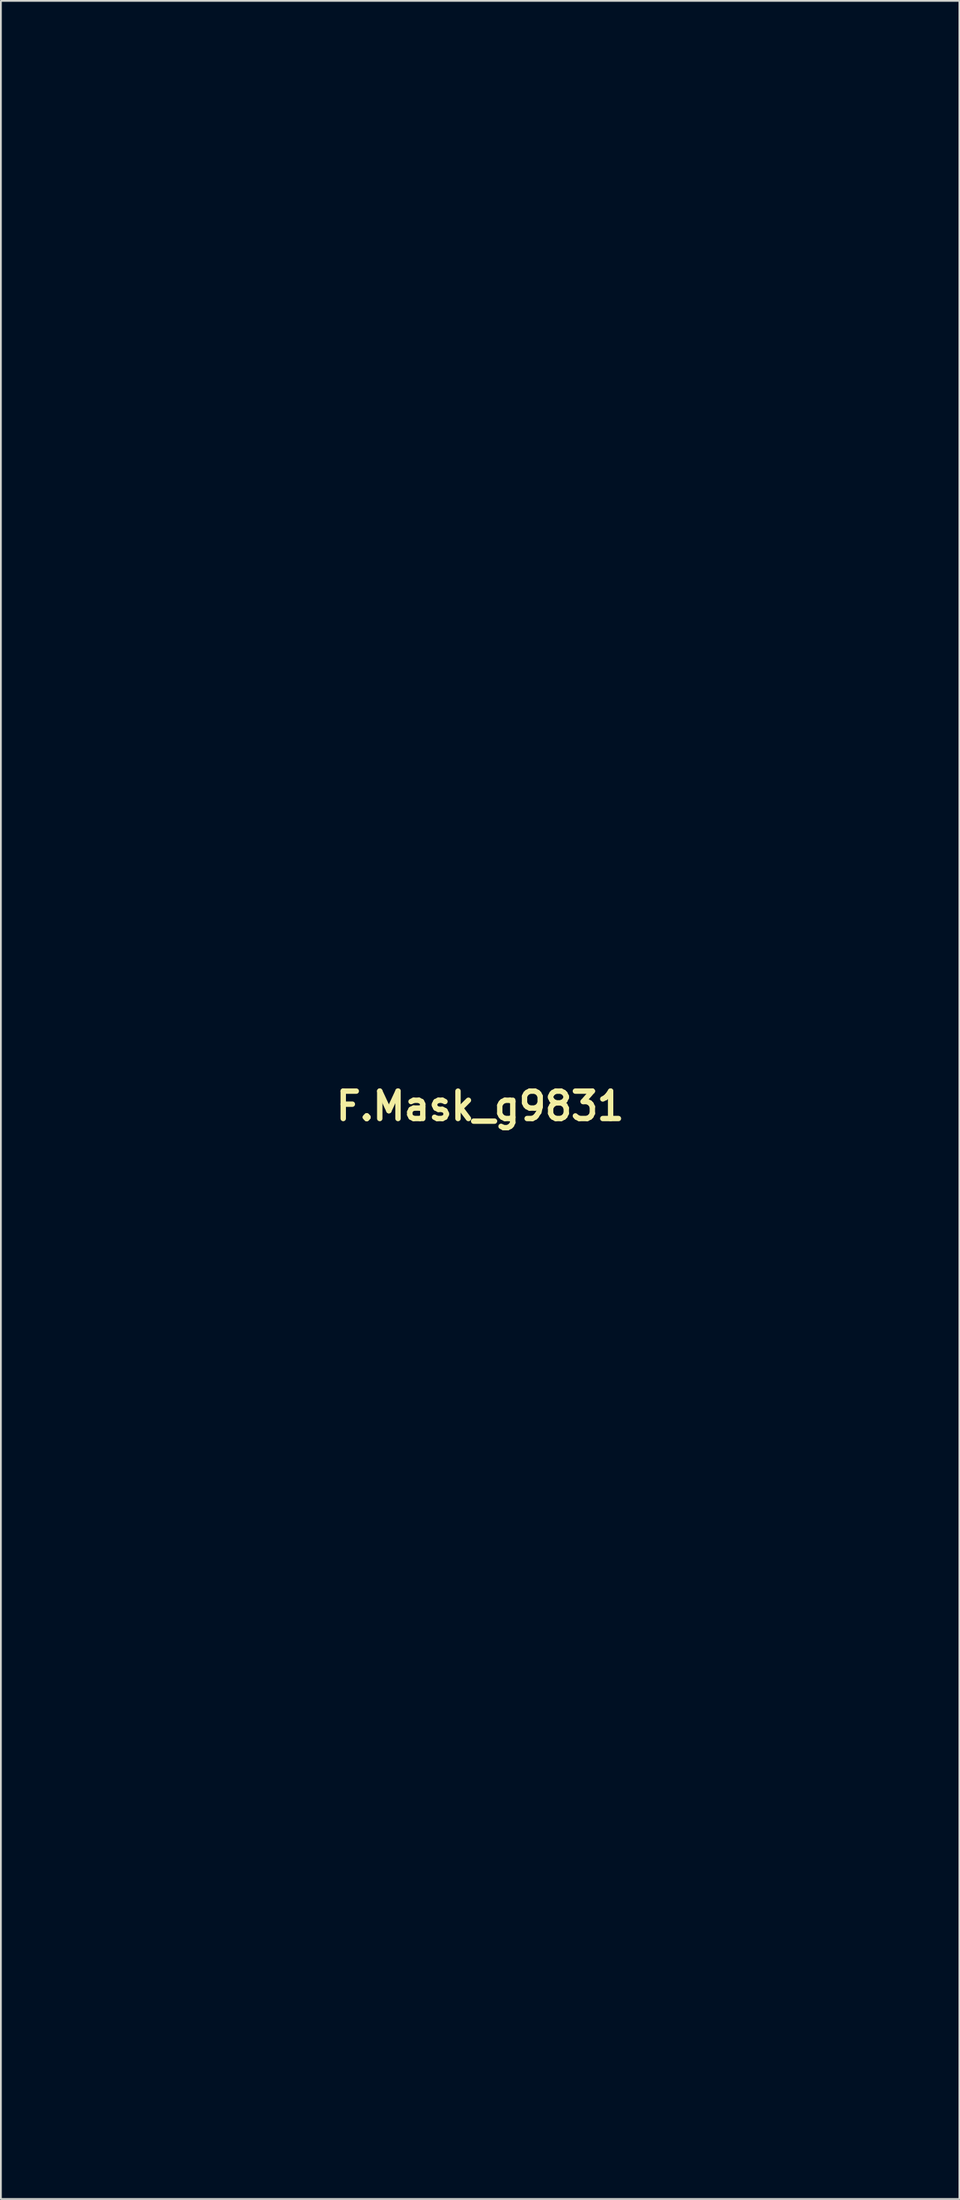
<source format=kicad_pcb>
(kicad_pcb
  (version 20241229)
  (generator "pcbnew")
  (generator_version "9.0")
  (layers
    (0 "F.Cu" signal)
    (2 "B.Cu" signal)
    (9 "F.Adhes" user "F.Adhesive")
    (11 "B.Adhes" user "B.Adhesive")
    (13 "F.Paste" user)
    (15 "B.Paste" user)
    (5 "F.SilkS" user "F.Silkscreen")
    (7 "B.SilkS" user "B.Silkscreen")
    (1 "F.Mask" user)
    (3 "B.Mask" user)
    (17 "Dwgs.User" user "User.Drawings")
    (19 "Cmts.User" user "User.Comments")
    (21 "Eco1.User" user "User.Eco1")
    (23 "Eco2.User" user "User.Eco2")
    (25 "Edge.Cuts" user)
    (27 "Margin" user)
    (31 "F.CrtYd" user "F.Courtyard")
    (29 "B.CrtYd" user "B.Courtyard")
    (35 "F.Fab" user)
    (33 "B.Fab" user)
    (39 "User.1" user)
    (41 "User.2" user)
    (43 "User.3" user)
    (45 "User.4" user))
  (footprint "F.Mask_g9831"
    (layer "F.Cu")
    (at 23.668 58.436)
    (property "Reference" "F.Mask_g9831" (at 0 0 0) (layer "F.SilkS") (effects (font (size 1.524 1.524) (thickness 0.3))))
    (attr through_hole)
    (fp_poly (pts (xy 17.06 54.61) (xy 16.552 54.61) (xy 16.552 51.985) (xy 17.06 51.985) (xy 17.06 54.61)) (stroke (width 0.01) (type solid)) (fill yes) (layer "F.Mask"))
    (fp_poly (pts (xy -12.023 -42.46) (xy -10.372 -42.46) (xy -10.372 -41.868) (xy -13.123 -41.868) (xy -13.123 -44.662) (xy -12.023 -44.662) (xy -12.023 -42.46)) (stroke (width 0.01) (type solid)) (fill yes) (layer "F.Mask"))
    (fp_poly (pts (xy 16.552 51.981) (xy 16.288 51.994) (xy 16.023 52.007) (xy 16.001 54.61) (xy 15.494 54.61) (xy 15.494 51.477) (xy 16.552 51.477) (xy 16.552 51.981)) (stroke (width 0.01) (type solid)) (fill yes) (layer "F.Mask"))
    (fp_poly (pts (xy 18.119 57.235) (xy 18.669 57.235) (xy 18.669 55.626) (xy 19.177 55.626) (xy 19.177 57.743) (xy 17.611 57.743) (xy 17.611 55.626) (xy 18.119 55.626) (xy 18.119 57.235)) (stroke (width 0.01) (type solid)) (fill yes) (layer "F.Mask"))
    (fp_poly (pts (xy 11.345 -43.561) (xy 11.896 -43.561) (xy 11.896 -44.662) (xy 12.996 -44.662) (xy 12.996 -41.868) (xy 11.896 -41.868) (xy 11.896 -43.011) (xy 11.345 -43.011) (xy 11.345 -41.868) (xy 10.245 -41.868) (xy 10.245 -44.662) (xy 11.345 -44.662) (xy 11.345 -43.561)) (stroke (width 0.01) (type solid)) (fill yes) (layer "F.Mask"))
    (fp_poly (pts (xy -5.63 -44.537) (xy -5.619 -44.45) (xy -5.569 -44.412) (xy -5.493 -44.4) (xy -5.355 -44.386) (xy -5.355 -41.889) (xy -6.456 -41.889) (xy -6.467 -43) (xy -6.478 -44.111) (xy -7.027 -44.111) (xy -7.027 -41.868) (xy -8.128 -41.868) (xy -8.128 -44.662) (xy -5.63 -44.662) (xy -5.63 -44.537)) (stroke (width 0.01) (type solid)) (fill yes) (layer "F.Mask"))
    (fp_poly (pts (xy 19.177 51.985) (xy 18.115 51.985) (xy 18.127 52.25) (xy 18.14 52.514) (xy 18.404 52.527) (xy 18.669 52.54) (xy 18.669 53.044) (xy 18.119 53.044) (xy 18.119 54.102) (xy 19.177 54.102) (xy 19.177 54.61) (xy 17.611 54.61) (xy 17.611 51.477) (xy 19.177 51.477) (xy 19.177 51.985)) (stroke (width 0.01) (type solid)) (fill yes) (layer "F.Mask"))
    (fp_poly (pts (xy 20.786 55.626) (xy 21.294 55.626) (xy 21.294 56.176) (xy 20.786 56.176) (xy 20.786 57.235) (xy 21.294 57.235) (xy 21.294 57.743) (xy 20.235 57.743) (xy 20.235 56.176) (xy 19.727 56.176) (xy 19.727 55.626) (xy 20.235 55.626) (xy 20.235 55.118) (xy 20.786 55.118) (xy 20.786 55.626)) (stroke (width 0.01) (type solid)) (fill yes) (layer "F.Mask"))
    (fp_poly (pts (xy 21.294 51.985) (xy 21.294 54.102) (xy 20.786 54.102) (xy 20.786 54.61) (xy 20.235 54.61) (xy 20.235 54.102) (xy 19.727 54.102) (xy 19.727 51.985) (xy 20.235 51.985) (xy 20.235 54.102) (xy 20.786 54.102) (xy 20.786 51.985) (xy 20.235 51.985) (xy 20.235 51.477) (xy 20.786 51.477) (xy 20.786 51.985) (xy 21.294 51.985)) (stroke (width 0.01) (type solid)) (fill yes) (layer "F.Mask"))
    (fp_poly (pts (xy -8.688 -43.275) (xy -8.7 -41.889) (xy -9.231 -41.877) (xy -9.435 -41.875) (xy -9.608 -41.877) (xy -9.732 -41.884) (xy -9.79 -41.894) (xy -9.792 -41.895) (xy -9.799 -41.943) (xy -9.806 -42.065) (xy -9.811 -42.252) (xy -9.816 -42.492) (xy -9.819 -42.776) (xy -9.821 -43.094) (xy -9.821 -43.293) (xy -9.821 -44.662) (xy -8.677 -44.662) (xy -8.688 -43.275)) (stroke (width 0.01) (type solid)) (fill yes) (layer "F.Mask"))
    (fp_poly (pts (xy 14.69 -42.46) (xy 15.24 -42.46) (xy 15.24 -44.662) (xy 16.341 -44.662) (xy 16.341 -42.164) (xy 16.216 -42.164) (xy 16.129 -42.153) (xy 16.091 -42.102) (xy 16.079 -42.026) (xy 16.066 -41.889) (xy 13.843 -41.866) (xy 13.843 -42.015) (xy 13.836 -42.115) (xy 13.8 -42.156) (xy 13.716 -42.164) (xy 13.589 -42.164) (xy 13.589 -44.662) (xy 14.69 -44.662) (xy 14.69 -42.46)) (stroke (width 0.01) (type solid)) (fill yes) (layer "F.Mask"))
    (fp_poly (pts (xy 1.177 -58.198) (xy 1.164 -58.018) (xy 0.734 -57.997) (xy 0.549 -57.984) (xy 0.397 -57.969) (xy 0.297 -57.951) (xy 0.268 -57.94) (xy 0.257 -57.89) (xy 0.246 -57.767) (xy 0.236 -57.583) (xy 0.226 -57.35) (xy 0.217 -57.08) (xy 0.212 -56.861) (xy 0.191 -55.816) (xy -0.562 -55.792) (xy -0.529 -57.975) (xy -1.027 -57.987) (xy -1.524 -57.999) (xy -1.524 -58.378) (xy 1.19 -58.378) (xy 1.177 -58.198)) (stroke (width 0.01) (type solid)) (fill yes) (layer "F.Mask"))
    (fp_poly (pts (xy 17.06 56.176) (xy 17.06 57.235) (xy 16.552 57.235) (xy 16.552 57.743) (xy 16.002 57.743) (xy 16.002 57.235) (xy 15.494 57.235) (xy 15.494 56.176) (xy 15.998 56.176) (xy 16.002 56.176) (xy 16.002 57.235) (xy 16.552 57.235) (xy 16.552 56.176) (xy 16.002 56.176) (xy 15.998 56.176) (xy 16.011 55.912) (xy 16.023 55.647) (xy 16.288 55.635) (xy 16.552 55.622) (xy 16.552 56.176) (xy 17.06 56.176)) (stroke (width 0.01) (type solid)) (fill yes) (layer "F.Mask"))
    (fp_poly (pts (xy 18.034 -42.46) (xy 19.685 -42.46) (xy 19.685 -41.868) (xy 18.316 -41.868) (xy 17.984 -41.869) (xy 17.679 -41.871) (xy 17.412 -41.875) (xy 17.192 -41.879) (xy 17.031 -41.885) (xy 16.938 -41.892) (xy 16.919 -41.896) (xy 16.912 -41.944) (xy 16.906 -42.066) (xy 16.901 -42.252) (xy 16.896 -42.492) (xy 16.893 -42.776) (xy 16.891 -43.094) (xy 16.891 -43.293) (xy 16.891 -44.662) (xy 18.034 -44.662) (xy 18.034 -42.46)) (stroke (width 0.01) (type solid)) (fill yes) (layer "F.Mask"))
    (fp_poly (pts (xy 23.029 -44.111) (xy 21.378 -44.111) (xy 21.378 -43.561) (xy 22.183 -43.561) (xy 22.183 -43.011) (xy 21.378 -43.011) (xy 21.378 -42.46) (xy 23.029 -42.46) (xy 23.029 -41.868) (xy 20.532 -41.868) (xy 20.532 -42.016) (xy 20.525 -42.115) (xy 20.488 -42.156) (xy 20.395 -42.164) (xy 20.383 -42.164) (xy 20.234 -42.164) (xy 20.256 -44.386) (xy 20.394 -44.4) (xy 20.49 -44.419) (xy 20.527 -44.468) (xy 20.532 -44.537) (xy 20.532 -44.662) (xy 23.029 -44.662) (xy 23.029 -44.111)) (stroke (width 0.01) (type solid)) (fill yes) (layer "F.Mask"))
    (fp_poly (pts (xy -13.97 -44.535) (xy -13.96 -44.445) (xy -13.91 -44.412) (xy -13.843 -44.408) (xy -13.716 -44.408) (xy -13.716 -43.561) (xy -13.97 -43.561) (xy -13.97 -43.011) (xy -13.716 -43.011) (xy -13.716 -41.868) (xy -14.817 -41.868) (xy -14.817 -43.011) (xy -15.367 -43.011) (xy -15.367 -41.868) (xy -16.468 -41.868) (xy -16.468 -44.111) (xy -15.367 -44.111) (xy -15.367 -43.561) (xy -14.817 -43.561) (xy -14.817 -44.111) (xy -15.367 -44.111) (xy -16.468 -44.111) (xy -16.468 -44.662) (xy -13.97 -44.662) (xy -13.97 -44.535)) (stroke (width 0.01) (type solid)) (fill yes) (layer "F.Mask"))
    (fp_poly (pts (xy 1.058 -44.535) (xy 1.069 -44.445) (xy 1.118 -44.412) (xy 1.185 -44.408) (xy 1.312 -44.408) (xy 1.312 -43.561) (xy 1.058 -43.561) (xy 1.058 -43.011) (xy 1.312 -43.011) (xy 1.312 -41.868) (xy 0.212 -41.868) (xy 0.212 -43.011) (xy -0.339 -43.011) (xy -0.339 -41.868) (xy -1.439 -41.868) (xy -1.439 -44.111) (xy -0.339 -44.111) (xy -0.339 -43.561) (xy 0.212 -43.561) (xy 0.212 -44.111) (xy -0.339 -44.111) (xy -1.439 -44.111) (xy -1.439 -44.662) (xy 1.058 -44.662) (xy 1.058 -44.535)) (stroke (width 0.01) (type solid)) (fill yes) (layer "F.Mask"))
    (fp_poly (pts (xy 9.694 -44.111) (xy 8.001 -44.111) (xy 8.001 -42.462) (xy 8.837 -42.451) (xy 9.673 -42.439) (xy 9.673 -41.889) (xy 8.443 -41.878) (xy 8.128 -41.876) (xy 7.841 -41.876) (xy 7.593 -41.878) (xy 7.394 -41.882) (xy 7.255 -41.887) (xy 7.188 -41.893) (xy 7.183 -41.895) (xy 7.162 -41.955) (xy 7.154 -42.044) (xy 7.143 -42.129) (xy 7.091 -42.161) (xy 7.027 -42.164) (xy 6.9 -42.164) (xy 6.9 -44.408) (xy 7.027 -44.408) (xy 7.117 -44.418) (xy 7.15 -44.468) (xy 7.154 -44.535) (xy 7.154 -44.662) (xy 9.694 -44.662) (xy 9.694 -44.111)) (stroke (width 0.01) (type solid)) (fill yes) (layer "F.Mask"))
    (fp_poly (pts (xy -2.032 -44.111) (xy -3.683 -44.111) (xy -3.683 -43.561) (xy -2.836 -43.561) (xy -2.836 -43.011) (xy -3.683 -43.011) (xy -3.683 -42.46) (xy -2.032 -42.46) (xy -2.032 -41.868) (xy -3.253 -41.868) (xy -3.566 -41.869) (xy -3.851 -41.871) (xy -4.098 -41.875) (xy -4.296 -41.881) (xy -4.432 -41.887) (xy -4.498 -41.894) (xy -4.501 -41.896) (xy -4.522 -41.955) (xy -4.53 -42.044) (xy -4.541 -42.129) (xy -4.593 -42.161) (xy -4.657 -42.164) (xy -4.784 -42.164) (xy -4.784 -44.408) (xy -4.657 -44.408) (xy -4.567 -44.418) (xy -4.534 -44.468) (xy -4.53 -44.535) (xy -4.53 -44.662) (xy -2.032 -44.662) (xy -2.032 -44.111)) (stroke (width 0.01) (type solid)) (fill yes) (layer "F.Mask"))
    (fp_poly (pts (xy -17.018 -44.111) (xy -18.711 -44.111) (xy -18.711 -43.561) (xy -17.865 -43.561) (xy -17.865 -43.011) (xy -18.711 -43.011) (xy -18.711 -42.462) (xy -17.875 -42.451) (xy -17.039 -42.439) (xy -17.039 -41.889) (xy -18.27 -41.878) (xy -18.584 -41.876) (xy -18.871 -41.876) (xy -19.12 -41.878) (xy -19.319 -41.882) (xy -19.457 -41.887) (xy -19.525 -41.893) (xy -19.529 -41.895) (xy -19.55 -41.955) (xy -19.558 -42.044) (xy -19.569 -42.129) (xy -19.621 -42.161) (xy -19.685 -42.164) (xy -19.812 -42.164) (xy -19.812 -44.408) (xy -19.685 -44.408) (xy -19.595 -44.418) (xy -19.562 -44.468) (xy -19.558 -44.535) (xy -19.558 -44.662) (xy -17.018 -44.662) (xy -17.018 -44.111)) (stroke (width 0.01) (type solid)) (fill yes) (layer "F.Mask"))
    (fp_poly (pts (xy -15.507 -58.37) (xy -15.458 -58.369) (xy -15.115 -58.356) (xy -15.522 -57.129) (xy -15.624 -56.821) (xy -15.72 -56.537) (xy -15.806 -56.289) (xy -15.877 -56.087) (xy -15.931 -55.94) (xy -15.964 -55.859) (xy -15.97 -55.848) (xy -16.041 -55.817) (xy -16.189 -55.799) (xy -16.346 -55.795) (xy -16.519 -55.798) (xy -16.622 -55.81) (xy -16.67 -55.832) (xy -16.679 -55.858) (xy -16.666 -55.909) (xy -16.629 -56.028) (xy -16.572 -56.202) (xy -16.499 -56.42) (xy -16.415 -56.669) (xy -16.324 -56.937) (xy -16.229 -57.213) (xy -16.135 -57.485) (xy -16.046 -57.74) (xy -15.966 -57.967) (xy -15.899 -58.154) (xy -15.849 -58.288) (xy -15.821 -58.358) (xy -15.817 -58.365) (xy -15.77 -58.371) (xy -15.66 -58.373) (xy -15.507 -58.37)) (stroke (width 0.01) (type solid)) (fill yes) (layer "F.Mask"))
    (fp_poly (pts (xy 6.35 -44.111) (xy 4.657 -44.111) (xy 4.657 -43.561) (xy 6.054 -43.561) (xy 6.054 -43.413) (xy 6.06 -43.314) (xy 6.097 -43.273) (xy 6.191 -43.265) (xy 6.202 -43.265) (xy 6.35 -43.265) (xy 6.35 -42.164) (xy 6.202 -42.164) (xy 6.103 -42.157) (xy 6.062 -42.12) (xy 6.054 -42.027) (xy 6.054 -42.016) (xy 6.054 -41.868) (xy 3.556 -41.868) (xy 3.556 -42.46) (xy 5.207 -42.46) (xy 5.207 -43.011) (xy 3.81 -43.011) (xy 3.81 -43.138) (xy 3.8 -43.228) (xy 3.75 -43.261) (xy 3.683 -43.265) (xy 3.556 -43.265) (xy 3.556 -44.408) (xy 3.683 -44.408) (xy 3.773 -44.418) (xy 3.806 -44.468) (xy 3.81 -44.535) (xy 3.81 -44.662) (xy 6.35 -44.662) (xy 6.35 -44.111)) (stroke (width 0.01) (type solid)) (fill yes) (layer "F.Mask"))
    (fp_poly (pts (xy -20.659 -44.537) (xy -20.648 -44.45) (xy -20.597 -44.412) (xy -20.521 -44.4) (xy -20.384 -44.386) (xy -20.371 -43.974) (xy -20.359 -43.561) (xy -20.659 -43.561) (xy -20.659 -43.016) (xy -20.521 -43.003) (xy -20.384 -42.989) (xy -20.371 -42.577) (xy -20.359 -42.164) (xy -20.509 -42.164) (xy -20.609 -42.158) (xy -20.65 -42.121) (xy -20.659 -42.03) (xy -20.659 -42.016) (xy -20.659 -41.868) (xy -23.156 -41.868) (xy -23.156 -43.011) (xy -22.056 -43.011) (xy -22.056 -42.46) (xy -21.505 -42.46) (xy -21.505 -43.011) (xy -22.056 -43.011) (xy -23.156 -43.011) (xy -23.156 -44.111) (xy -22.056 -44.111) (xy -22.056 -43.561) (xy -21.505 -43.561) (xy -21.505 -44.111) (xy -22.056 -44.111) (xy -23.156 -44.111) (xy -23.156 -44.662) (xy -20.659 -44.662) (xy -20.659 -44.537)) (stroke (width 0.01) (type solid)) (fill yes) (layer "F.Mask"))
    (fp_poly (pts (xy -5.786 -58.403) (xy -5.627 -58.389) (xy -5.505 -58.376) (xy -5.441 -58.367) (xy -5.436 -58.365) (xy -5.438 -58.323) (xy -5.45 -58.209) (xy -5.469 -58.036) (xy -5.495 -57.818) (xy -5.525 -57.567) (xy -5.557 -57.295) (xy -5.592 -57.015) (xy -5.626 -56.741) (xy -5.658 -56.484) (xy -5.687 -56.257) (xy -5.711 -56.074) (xy -5.729 -55.947) (xy -5.738 -55.891) (xy -5.754 -55.844) (xy -5.788 -55.816) (xy -5.859 -55.801) (xy -5.983 -55.796) (xy -6.118 -55.795) (xy -6.292 -55.797) (xy -6.398 -55.803) (xy -6.453 -55.82) (xy -6.474 -55.851) (xy -6.477 -55.891) (xy -6.471 -55.96) (xy -6.455 -56.099) (xy -6.431 -56.294) (xy -6.401 -56.531) (xy -6.366 -56.795) (xy -6.329 -57.074) (xy -6.291 -57.352) (xy -6.254 -57.616) (xy -6.22 -57.852) (xy -6.191 -58.046) (xy -6.176 -58.14) (xy -6.129 -58.431) (xy -5.786 -58.403)) (stroke (width 0.01) (type solid)) (fill yes) (layer "F.Mask"))
    (fp_poly (pts (xy -11.837 -58.261) (xy -11.866 -58.149) (xy -11.901 -58.074) (xy -11.957 -58.029) (xy -12.051 -58.006) (xy -12.198 -57.998) (xy -12.404 -57.997) (xy -12.867 -57.997) (xy -12.972 -57.647) (xy -13.026 -57.466) (xy -13.093 -57.233) (xy -13.165 -56.98) (xy -13.229 -56.748) (xy -13.292 -56.523) (xy -13.353 -56.309) (xy -13.406 -56.128) (xy -13.444 -56.004) (xy -13.446 -55.996) (xy -13.511 -55.795) (xy -13.868 -55.795) (xy -14.046 -55.798) (xy -14.154 -55.808) (xy -14.209 -55.827) (xy -14.224 -55.859) (xy -14.224 -55.86) (xy -14.212 -55.918) (xy -14.179 -56.044) (xy -14.128 -56.228) (xy -14.062 -56.456) (xy -13.985 -56.718) (xy -13.928 -56.911) (xy -13.845 -57.188) (xy -13.772 -57.438) (xy -13.71 -57.651) (xy -13.664 -57.815) (xy -13.637 -57.918) (xy -13.631 -57.947) (xy -13.662 -57.97) (xy -13.757 -57.986) (xy -13.925 -57.995) (xy -14.118 -57.997) (xy -14.337 -57.998) (xy -14.482 -58.005) (xy -14.566 -58.025) (xy -14.6 -58.064) (xy -14.595 -58.129) (xy -14.565 -58.227) (xy -14.559 -58.244) (xy -14.512 -58.378) (xy -11.809 -58.378) (xy -11.837 -58.261)) (stroke (width 0.01) (type solid)) (fill yes) (layer "F.Mask"))
    (fp_poly (pts (xy 4.567 -57.372) (xy 4.595 -57.07) (xy 4.622 -56.779) (xy 4.646 -56.515) (xy 4.666 -56.294) (xy 4.681 -56.133) (xy 4.685 -56.081) (xy 4.71 -55.795) (xy 3.987 -55.795) (xy 3.964 -55.954) (xy 3.945 -56.092) (xy 3.925 -56.262) (xy 3.916 -56.346) (xy 3.897 -56.513) (xy 3.877 -56.673) (xy 3.868 -56.737) (xy 3.845 -56.896) (xy 2.582 -56.896) (xy 2.582 -55.795) (xy 1.874 -55.795) (xy 1.848 -56.187) (xy 1.838 -56.353) (xy 1.827 -56.583) (xy 1.816 -56.856) (xy 1.804 -57.152) (xy 1.794 -57.451) (xy 1.793 -57.478) (xy 1.779 -57.942) (xy 2.492 -57.942) (xy 2.521 -57.663) (xy 2.539 -57.515) (xy 2.556 -57.403) (xy 2.569 -57.351) (xy 2.62 -57.331) (xy 2.744 -57.322) (xy 2.944 -57.323) (xy 3.224 -57.336) (xy 3.397 -57.347) (xy 3.81 -57.374) (xy 3.81 -57.577) (xy 3.801 -57.724) (xy 3.779 -57.853) (xy 3.769 -57.888) (xy 3.748 -57.936) (xy 3.717 -57.967) (xy 3.66 -57.985) (xy 3.561 -57.994) (xy 3.404 -57.996) (xy 3.271 -57.996) (xy 3.064 -57.994) (xy 2.871 -57.987) (xy 2.719 -57.977) (xy 2.654 -57.969) (xy 2.492 -57.942) (xy 1.779 -57.942) (xy 1.765 -58.378) (xy 4.474 -58.378) (xy 4.567 -57.372)) (stroke (width 0.01) (type solid)) (fill yes) (layer "F.Mask"))
    (fp_poly (pts (xy 6.42 -58.368) (xy 7.768 -58.356) (xy 7.892 -57.669) (xy 7.932 -57.438) (xy 7.964 -57.238) (xy 7.986 -57.082) (xy 7.995 -56.985) (xy 7.994 -56.959) (xy 7.947 -56.952) (xy 7.828 -56.943) (xy 7.648 -56.934) (xy 7.42 -56.924) (xy 7.156 -56.915) (xy 6.986 -56.91) (xy 6 -56.882) (xy 6.026 -56.508) (xy 6.042 -56.314) (xy 6.059 -56.131) (xy 6.076 -55.991) (xy 6.08 -55.964) (xy 6.107 -55.795) (xy 5.744 -55.795) (xy 5.577 -55.799) (xy 5.446 -55.809) (xy 5.37 -55.823) (xy 5.36 -55.83) (xy 5.352 -55.866) (xy 5.338 -55.956) (xy 5.319 -56.105) (xy 5.294 -56.316) (xy 5.262 -56.594) (xy 5.224 -56.942) (xy 5.179 -57.365) (xy 5.126 -57.866) (xy 5.112 -57.997) (xy 5.831 -57.997) (xy 5.861 -57.734) (xy 5.879 -57.58) (xy 5.9 -57.469) (xy 5.939 -57.395) (xy 6.007 -57.351) (xy 6.118 -57.328) (xy 6.285 -57.32) (xy 6.52 -57.319) (xy 6.589 -57.319) (xy 7.206 -57.319) (xy 7.178 -57.563) (xy 7.159 -57.717) (xy 7.138 -57.83) (xy 7.1 -57.907) (xy 7.035 -57.956) (xy 6.929 -57.982) (xy 6.771 -57.994) (xy 6.547 -57.996) (xy 6.376 -57.996) (xy 5.831 -57.997) (xy 5.112 -57.997) (xy 5.097 -58.135) (xy 5.072 -58.379) (xy 6.42 -58.368)) (stroke (width 0.01) (type solid)) (fill yes) (layer "F.Mask"))
    (fp_poly (pts (xy 22.633 -57.901) (xy 22.728 -57.71) (xy 22.85 -57.464) (xy 22.986 -57.184) (xy 23.128 -56.893) (xy 23.264 -56.612) (xy 23.265 -56.61) (xy 23.658 -55.795) (xy 22.248 -55.795) (xy 21.849 -55.796) (xy 21.527 -55.798) (xy 21.275 -55.802) (xy 21.084 -55.808) (xy 20.947 -55.816) (xy 20.858 -55.827) (xy 20.807 -55.841) (xy 20.792 -55.852) (xy 20.765 -55.902) (xy 20.711 -56.018) (xy 20.635 -56.189) (xy 20.542 -56.402) (xy 20.435 -56.646) (xy 20.322 -56.91) (xy 20.206 -57.182) (xy 20.092 -57.45) (xy 19.985 -57.703) (xy 19.928 -57.84) (xy 20.677 -57.84) (xy 20.718 -57.707) (xy 20.798 -57.516) (xy 20.865 -57.361) (xy 21.031 -56.984) (xy 21.169 -56.685) (xy 21.28 -56.464) (xy 21.364 -56.319) (xy 21.421 -56.25) (xy 21.43 -56.245) (xy 21.494 -56.236) (xy 21.62 -56.23) (xy 21.789 -56.228) (xy 21.982 -56.23) (xy 22.179 -56.235) (xy 22.362 -56.242) (xy 22.51 -56.251) (xy 22.605 -56.262) (xy 22.629 -56.269) (xy 22.622 -56.317) (xy 22.582 -56.429) (xy 22.514 -56.595) (xy 22.422 -56.806) (xy 22.312 -57.049) (xy 22.188 -57.314) (xy 22.055 -57.591) (xy 22.001 -57.7) (xy 21.865 -57.975) (xy 21.332 -57.987) (xy 21.062 -57.994) (xy 20.869 -57.992) (xy 20.746 -57.973) (xy 20.684 -57.926) (xy 20.677 -57.84) (xy 19.928 -57.84) (xy 19.891 -57.93) (xy 19.813 -58.118) (xy 19.758 -58.256) (xy 19.73 -58.333) (xy 19.727 -58.344) (xy 19.768 -58.352) (xy 19.883 -58.36) (xy 20.063 -58.366) (xy 20.297 -58.372) (xy 20.575 -58.375) (xy 20.888 -58.377) (xy 21.06 -58.378) (xy 22.394 -58.378) (xy 22.633 -57.901)) (stroke (width 0.01) (type solid)) (fill yes) (layer "F.Mask"))
    (fp_poly (pts (xy 15.455 -58.395) (xy 15.601 -58.387) (xy 15.722 -58.373) (xy 15.789 -58.353) (xy 15.792 -58.35) (xy 15.815 -58.301) (xy 15.862 -58.182) (xy 15.927 -58.002) (xy 16.008 -57.772) (xy 16.102 -57.501) (xy 16.203 -57.201) (xy 16.253 -57.052) (xy 16.673 -55.795) (xy 15.925 -55.795) (xy 15.064 -56.54) (xy 14.785 -56.779) (xy 14.556 -56.969) (xy 14.38 -57.108) (xy 14.26 -57.195) (xy 14.198 -57.226) (xy 14.19 -57.222) (xy 14.197 -57.162) (xy 14.225 -57.036) (xy 14.269 -56.859) (xy 14.327 -56.646) (xy 14.37 -56.494) (xy 14.435 -56.271) (xy 14.49 -56.077) (xy 14.532 -55.927) (xy 14.557 -55.835) (xy 14.563 -55.812) (xy 14.524 -55.801) (xy 14.425 -55.795) (xy 14.288 -55.794) (xy 14.136 -55.798) (xy 13.993 -55.806) (xy 13.882 -55.817) (xy 13.827 -55.83) (xy 13.825 -55.832) (xy 13.807 -55.883) (xy 13.77 -56.003) (xy 13.718 -56.18) (xy 13.654 -56.401) (xy 13.581 -56.654) (xy 13.504 -56.926) (xy 13.425 -57.205) (xy 13.349 -57.478) (xy 13.278 -57.734) (xy 13.217 -57.958) (xy 13.168 -58.14) (xy 13.136 -58.265) (xy 13.123 -58.323) (xy 13.123 -58.324) (xy 13.151 -58.353) (xy 13.24 -58.37) (xy 13.401 -58.377) (xy 13.477 -58.378) (xy 13.831 -58.378) (xy 14.647 -57.699) (xy 14.87 -57.514) (xy 15.072 -57.35) (xy 15.243 -57.214) (xy 15.374 -57.112) (xy 15.457 -57.052) (xy 15.482 -57.039) (xy 15.477 -57.084) (xy 15.45 -57.196) (xy 15.405 -57.36) (xy 15.346 -57.563) (xy 15.303 -57.7) (xy 15.238 -57.92) (xy 15.185 -58.111) (xy 15.149 -58.259) (xy 15.132 -58.349) (xy 15.134 -58.37) (xy 15.193 -58.387) (xy 15.309 -58.395) (xy 15.455 -58.395)) (stroke (width 0.01) (type solid)) (fill yes) (layer "F.Mask"))
    (fp_poly (pts (xy -2.508 -58.378) (xy -2.36 -58.374) (xy -2.251 -58.363) (xy -2.203 -58.348) (xy -2.203 -58.346) (xy -2.229 -58.305) (xy -2.302 -58.211) (xy -2.413 -58.074) (xy -2.552 -57.906) (xy -2.689 -57.743) (xy -2.846 -57.557) (xy -2.981 -57.393) (xy -3.087 -57.263) (xy -3.154 -57.176) (xy -3.175 -57.145) (xy -3.152 -57.104) (xy -3.09 -57.003) (xy -2.996 -56.857) (xy -2.877 -56.676) (xy -2.768 -56.513) (xy -2.633 -56.31) (xy -2.515 -56.129) (xy -2.421 -55.983) (xy -2.36 -55.884) (xy -2.34 -55.849) (xy -2.345 -55.821) (xy -2.396 -55.806) (xy -2.505 -55.801) (xy -2.686 -55.804) (xy -2.694 -55.804) (xy -3.069 -55.816) (xy -3.328 -56.195) (xy -3.437 -56.351) (xy -3.531 -56.479) (xy -3.599 -56.562) (xy -3.627 -56.588) (xy -3.669 -56.564) (xy -3.756 -56.487) (xy -3.875 -56.371) (xy -4.015 -56.225) (xy -4.039 -56.199) (xy -4.409 -55.795) (xy -4.724 -55.795) (xy -4.874 -55.799) (xy -4.986 -55.81) (xy -5.036 -55.824) (xy -5.037 -55.827) (xy -5.011 -55.868) (xy -4.938 -55.962) (xy -4.826 -56.098) (xy -4.685 -56.266) (xy -4.526 -56.452) (xy -4.363 -56.642) (xy -4.219 -56.813) (xy -4.103 -56.953) (xy -4.025 -57.05) (xy -3.994 -57.093) (xy -4.01 -57.144) (xy -4.065 -57.251) (xy -4.154 -57.402) (xy -4.268 -57.583) (xy -4.349 -57.707) (xy -4.48 -57.903) (xy -4.594 -58.076) (xy -4.685 -58.213) (xy -4.742 -58.301) (xy -4.757 -58.325) (xy -4.753 -58.351) (xy -4.696 -58.368) (xy -4.574 -58.376) (xy -4.429 -58.378) (xy -4.07 -58.378) (xy -3.832 -58.04) (xy -3.725 -57.892) (xy -3.632 -57.77) (xy -3.566 -57.692) (xy -3.546 -57.673) (xy -3.497 -57.69) (xy -3.402 -57.765) (xy -3.271 -57.89) (xy -3.156 -58.011) (xy -2.815 -58.379) (xy -2.508 -58.378)) (stroke (width 0.01) (type solid)) (fill yes) (layer "F.Mask"))
    (fp_poly (pts (xy -19.787 -58.273) (xy -19.812 -58.202) (xy -19.865 -58.067) (xy -19.942 -57.879) (xy -20.038 -57.651) (xy -20.145 -57.396) (xy -20.26 -57.127) (xy -20.377 -56.856) (xy -20.491 -56.595) (xy -20.595 -56.357) (xy -20.685 -56.155) (xy -20.756 -56.001) (xy -20.801 -55.908) (xy -20.811 -55.891) (xy -20.872 -55.795) (xy -22.268 -55.795) (xy -22.602 -55.796) (xy -22.908 -55.799) (xy -23.174 -55.803) (xy -23.393 -55.808) (xy -23.553 -55.815) (xy -23.644 -55.822) (xy -23.663 -55.827) (xy -23.644 -55.871) (xy -23.593 -55.983) (xy -23.514 -56.152) (xy -23.482 -56.219) (xy -22.696 -56.219) (xy -22.119 -56.219) (xy -21.882 -56.222) (xy -21.682 -56.232) (xy -21.535 -56.246) (xy -21.456 -56.265) (xy -21.456 -56.265) (xy -21.406 -56.319) (xy -21.336 -56.425) (xy -21.259 -56.559) (xy -21.189 -56.697) (xy -21.14 -56.812) (xy -21.124 -56.875) (xy -21.164 -56.882) (xy -21.274 -56.887) (xy -21.44 -56.889) (xy -21.647 -56.888) (xy -21.77 -56.887) (xy -22.416 -56.875) (xy -22.527 -56.642) (xy -22.592 -56.5) (xy -22.645 -56.375) (xy -22.667 -56.314) (xy -22.696 -56.219) (xy -23.482 -56.219) (xy -23.41 -56.369) (xy -23.287 -56.626) (xy -23.148 -56.913) (xy -23.053 -57.108) (xy -22.883 -57.457) (xy -22.129 -57.457) (xy -22.129 -57.394) (xy -22.092 -57.362) (xy -22.045 -57.349) (xy -21.902 -57.333) (xy -21.704 -57.326) (xy -21.481 -57.328) (xy -21.262 -57.339) (xy -21.17 -57.347) (xy -20.908 -57.374) (xy -20.78 -57.626) (xy -20.718 -57.764) (xy -20.681 -57.876) (xy -20.676 -57.938) (xy -20.702 -57.962) (xy -20.768 -57.979) (xy -20.885 -57.99) (xy -21.065 -57.995) (xy -21.294 -57.997) (xy -21.89 -57.997) (xy -22.015 -57.732) (xy -22.091 -57.565) (xy -22.129 -57.457) (xy -22.883 -57.457) (xy -22.446 -58.356) (xy -21.103 -58.368) (xy -19.76 -58.379) (xy -19.787 -58.273)) (stroke (width 0.01) (type solid)) (fill yes) (layer "F.Mask"))
    (fp_poly (pts (xy -6.794 -58.113) (xy -6.81 -57.976) (xy -6.836 -57.779) (xy -6.869 -57.538) (xy -6.907 -57.27) (xy -6.948 -56.99) (xy -6.988 -56.714) (xy -7.026 -56.459) (xy -7.06 -56.239) (xy -7.087 -56.071) (xy -7.105 -55.971) (xy -7.105 -55.97) (xy -7.137 -55.816) (xy -7.508 -55.804) (xy -7.878 -55.792) (xy -7.855 -55.931) (xy -7.807 -56.225) (xy -7.774 -56.445) (xy -7.756 -56.6) (xy -7.753 -56.699) (xy -7.762 -56.753) (xy -7.784 -56.769) (xy -7.785 -56.769) (xy -7.822 -56.736) (xy -7.895 -56.646) (xy -7.992 -56.515) (xy -8.088 -56.377) (xy -8.234 -56.163) (xy -8.344 -56.009) (xy -8.429 -55.906) (xy -8.501 -55.842) (xy -8.571 -55.81) (xy -8.65 -55.797) (xy -8.745 -55.795) (xy -8.966 -55.795) (xy -9.129 -56.272) (xy -9.196 -56.457) (xy -9.257 -56.608) (xy -9.305 -56.711) (xy -9.335 -56.748) (xy -9.361 -56.709) (xy -9.399 -56.605) (xy -9.444 -56.453) (xy -9.476 -56.325) (xy -9.519 -56.142) (xy -9.556 -55.987) (xy -9.582 -55.882) (xy -9.591 -55.848) (xy -9.638 -55.82) (xy -9.743 -55.801) (xy -9.883 -55.792) (xy -10.035 -55.793) (xy -10.175 -55.802) (xy -10.281 -55.821) (xy -10.329 -55.849) (xy -10.329 -55.853) (xy -10.321 -55.906) (xy -10.296 -56.029) (xy -10.259 -56.209) (xy -10.211 -56.433) (xy -10.157 -56.688) (xy -10.098 -56.962) (xy -10.037 -57.241) (xy -9.977 -57.512) (xy -9.921 -57.764) (xy -9.872 -57.983) (xy -9.832 -58.155) (xy -9.805 -58.269) (xy -9.796 -58.305) (xy -9.774 -58.342) (xy -9.727 -58.363) (xy -9.636 -58.372) (xy -9.485 -58.371) (xy -9.412 -58.369) (xy -9.052 -58.356) (xy -8.812 -57.725) (xy -8.728 -57.509) (xy -8.651 -57.323) (xy -8.586 -57.181) (xy -8.541 -57.096) (xy -8.526 -57.077) (xy -8.487 -57.105) (xy -8.405 -57.19) (xy -8.291 -57.323) (xy -8.151 -57.494) (xy -7.995 -57.692) (xy -7.975 -57.718) (xy -7.472 -58.375) (xy -7.118 -58.376) (xy -6.765 -58.378) (xy -6.794 -58.113)) (stroke (width 0.01) (type solid)) (fill yes) (layer "F.Mask"))
    (fp_poly (pts (xy 9.967 -58.408) (xy 10.282 -58.4) (xy 10.349 -58.397) (xy 10.624 -58.384) (xy 10.826 -58.37) (xy 10.966 -58.35) (xy 11.056 -58.32) (xy 11.106 -58.277) (xy 11.128 -58.215) (xy 11.134 -58.131) (xy 11.134 -58.105) (xy 11.134 -57.997) (xy 10.16 -57.997) (xy 9.819 -57.995) (xy 9.557 -57.991) (xy 9.369 -57.983) (xy 9.249 -57.972) (xy 9.193 -57.957) (xy 9.186 -57.949) (xy 9.194 -57.884) (xy 9.212 -57.764) (xy 9.235 -57.637) (xy 9.283 -57.374) (xy 9.69 -57.347) (xy 9.89 -57.336) (xy 10.144 -57.328) (xy 10.421 -57.322) (xy 10.689 -57.32) (xy 10.717 -57.32) (xy 11.338 -57.319) (xy 11.367 -57.147) (xy 11.381 -57.036) (xy 11.381 -56.965) (xy 11.377 -56.956) (xy 11.332 -56.95) (xy 11.213 -56.942) (xy 11.034 -56.933) (xy 10.807 -56.924) (xy 10.543 -56.915) (xy 10.375 -56.91) (xy 9.391 -56.882) (xy 9.418 -56.73) (xy 9.456 -56.53) (xy 9.491 -56.398) (xy 9.532 -56.318) (xy 9.59 -56.275) (xy 9.674 -56.253) (xy 9.721 -56.246) (xy 9.825 -56.237) (xy 9.997 -56.23) (xy 10.219 -56.224) (xy 10.475 -56.22) (xy 10.746 -56.219) (xy 10.754 -56.219) (xy 11.589 -56.219) (xy 11.637 -56.031) (xy 11.665 -55.913) (xy 11.682 -55.834) (xy 11.684 -55.819) (xy 11.643 -55.813) (xy 11.528 -55.808) (xy 11.347 -55.804) (xy 11.111 -55.8) (xy 10.83 -55.797) (xy 10.513 -55.796) (xy 10.269 -55.795) (xy 9.884 -55.796) (xy 9.575 -55.797) (xy 9.335 -55.799) (xy 9.153 -55.803) (xy 9.021 -55.809) (xy 8.932 -55.818) (xy 8.877 -55.83) (xy 8.846 -55.845) (xy 8.832 -55.864) (xy 8.83 -55.869) (xy 8.817 -55.927) (xy 8.792 -56.055) (xy 8.757 -56.239) (xy 8.714 -56.467) (xy 8.667 -56.724) (xy 8.616 -56.998) (xy 8.566 -57.275) (xy 8.518 -57.542) (xy 8.474 -57.785) (xy 8.438 -57.991) (xy 8.412 -58.147) (xy 8.404 -58.192) (xy 8.376 -58.367) (xy 9.011 -58.397) (xy 9.295 -58.406) (xy 9.625 -58.41) (xy 9.967 -58.408)) (stroke (width 0.01) (type solid)) (fill yes) (layer "F.Mask"))
    (fp_poly (pts (xy 16.562 -58.411) (xy 16.744 -58.409) (xy 16.98 -58.406) (xy 17.26 -58.401) (xy 17.575 -58.396) (xy 17.757 -58.392) (xy 19.102 -58.364) (xy 19.161 -58.224) (xy 19.2 -58.119) (xy 19.219 -58.046) (xy 19.219 -58.04) (xy 19.177 -58.024) (xy 19.052 -58.012) (xy 18.845 -58.003) (xy 18.557 -57.998) (xy 18.269 -57.997) (xy 17.994 -57.995) (xy 17.748 -57.991) (xy 17.544 -57.984) (xy 17.394 -57.975) (xy 17.309 -57.964) (xy 17.296 -57.959) (xy 17.298 -57.901) (xy 17.329 -57.794) (xy 17.377 -57.663) (xy 17.434 -57.535) (xy 17.488 -57.436) (xy 17.51 -57.408) (xy 17.545 -57.387) (xy 17.616 -57.371) (xy 17.733 -57.358) (xy 17.903 -57.347) (xy 18.137 -57.338) (xy 18.444 -57.33) (xy 18.557 -57.328) (xy 19.55 -57.308) (xy 19.617 -57.137) (xy 19.655 -57.03) (xy 19.673 -56.963) (xy 19.672 -56.953) (xy 19.628 -56.949) (xy 19.511 -56.942) (xy 19.334 -56.935) (xy 19.108 -56.926) (xy 18.845 -56.917) (xy 18.678 -56.912) (xy 18.357 -56.901) (xy 18.091 -56.888) (xy 17.888 -56.874) (xy 17.754 -56.859) (xy 17.697 -56.844) (xy 17.695 -56.841) (xy 17.709 -56.781) (xy 17.744 -56.669) (xy 17.787 -56.547) (xy 17.859 -56.382) (xy 17.931 -56.287) (xy 17.98 -56.257) (xy 18.051 -56.246) (xy 18.193 -56.236) (xy 18.392 -56.228) (xy 18.635 -56.222) (xy 18.908 -56.219) (xy 19.044 -56.219) (xy 20.007 -56.219) (xy 20.063 -56.06) (xy 20.105 -55.944) (xy 20.136 -55.859) (xy 20.14 -55.848) (xy 20.129 -55.833) (xy 20.078 -55.821) (xy 19.982 -55.812) (xy 19.833 -55.805) (xy 19.624 -55.8) (xy 19.348 -55.797) (xy 18.999 -55.796) (xy 18.741 -55.795) (xy 17.322 -55.795) (xy 17.213 -56.081) (xy 17.158 -56.229) (xy 17.087 -56.425) (xy 17.004 -56.656) (xy 16.913 -56.912) (xy 16.818 -57.181) (xy 16.724 -57.45) (xy 16.635 -57.707) (xy 16.554 -57.941) (xy 16.487 -58.14) (xy 16.436 -58.292) (xy 16.407 -58.385) (xy 16.401 -58.409) (xy 16.444 -58.411) (xy 16.562 -58.411)) (stroke (width 0.01) (type solid)) (fill yes) (layer "F.Mask"))
    (fp_poly (pts (xy 18.829 3.088) (xy 19.411 3.193) (xy 19.956 3.371) (xy 20.46 3.615) (xy 20.921 3.919) (xy 21.332 4.277) (xy 21.692 4.684) (xy 21.995 5.133) (xy 22.237 5.618) (xy 22.416 6.133) (xy 22.526 6.673) (xy 22.564 7.232) (xy 22.525 7.803) (xy 22.407 8.38) (xy 22.388 8.445) (xy 22.192 8.967) (xy 21.923 9.457) (xy 21.587 9.91) (xy 21.194 10.316) (xy 20.75 10.669) (xy 20.265 10.961) (xy 19.745 11.184) (xy 19.511 11.257) (xy 19.376 11.288) (xy 19.196 11.322) (xy 18.992 11.355) (xy 18.785 11.385) (xy 18.594 11.409) (xy 18.44 11.423) (xy 18.343 11.425) (xy 18.33 11.423) (xy 18.281 11.417) (xy 18.169 11.405) (xy 18.015 11.39) (xy 17.961 11.385) (xy 17.404 11.289) (xy 16.868 11.116) (xy 16.359 10.871) (xy 15.886 10.56) (xy 15.458 10.19) (xy 15.081 9.766) (xy 14.765 9.295) (xy 14.518 8.785) (xy 14.341 8.233) (xy 14.244 7.67) (xy 14.235 7.397) (xy 15.372 7.397) (xy 15.406 7.768) (xy 15.426 7.874) (xy 15.551 8.289) (xy 15.748 8.694) (xy 16.003 9.076) (xy 16.307 9.42) (xy 16.647 9.713) (xy 17.012 9.939) (xy 17.127 9.993) (xy 17.584 10.16) (xy 18.024 10.251) (xy 18.463 10.27) (xy 18.77 10.243) (xy 19.261 10.134) (xy 19.717 9.954) (xy 20.131 9.71) (xy 20.498 9.407) (xy 20.812 9.053) (xy 21.067 8.654) (xy 21.257 8.218) (xy 21.377 7.75) (xy 21.42 7.258) (xy 21.42 7.239) (xy 21.378 6.733) (xy 21.256 6.251) (xy 21.056 5.797) (xy 20.781 5.376) (xy 20.433 4.994) (xy 20.311 4.885) (xy 20.095 4.727) (xy 19.827 4.57) (xy 19.538 4.432) (xy 19.259 4.326) (xy 19.156 4.297) (xy 18.664 4.214) (xy 18.178 4.211) (xy 17.705 4.284) (xy 17.254 4.429) (xy 16.831 4.642) (xy 16.446 4.917) (xy 16.105 5.252) (xy 15.817 5.641) (xy 15.589 6.081) (xy 15.511 6.287) (xy 15.426 6.624) (xy 15.379 7.005) (xy 15.372 7.397) (xy 14.235 7.397) (xy 14.225 7.104) (xy 14.282 6.544) (xy 14.412 5.998) (xy 14.613 5.474) (xy 14.884 4.98) (xy 15.221 4.525) (xy 15.624 4.116) (xy 15.769 3.994) (xy 16.252 3.659) (xy 16.771 3.396) (xy 17.316 3.207) (xy 17.88 3.095) (xy 18.451 3.064) (xy 18.829 3.088)) (stroke (width 0.01) (type solid)) (fill yes) (layer "F.Mask"))
    (fp_poly (pts (xy -16.565 3.095) (xy -16.033 3.196) (xy -15.51 3.369) (xy -15.001 3.616) (xy -14.514 3.939) (xy -14.317 4.098) (xy -14.036 4.373) (xy -13.762 4.706) (xy -13.512 5.072) (xy -13.304 5.444) (xy -13.198 5.686) (xy -13.059 6.125) (xy -12.965 6.605) (xy -12.917 7.096) (xy -12.918 7.571) (xy -12.95 7.874) (xy -13.079 8.439) (xy -13.281 8.969) (xy -13.549 9.46) (xy -13.878 9.908) (xy -14.262 10.306) (xy -14.693 10.651) (xy -15.166 10.937) (xy -15.675 11.159) (xy -16.213 11.313) (xy -16.773 11.394) (xy -17.351 11.397) (xy -17.484 11.387) (xy -18.054 11.29) (xy -18.605 11.114) (xy -19.126 10.864) (xy -19.607 10.546) (xy -20.038 10.163) (xy -20.068 10.131) (xy -20.342 9.822) (xy -20.565 9.52) (xy -20.758 9.191) (xy -20.874 8.956) (xy -21.016 8.619) (xy -21.118 8.295) (xy -21.184 7.959) (xy -21.219 7.587) (xy -21.225 7.338) (xy -20.105 7.338) (xy -20.053 7.815) (xy -19.924 8.276) (xy -19.718 8.714) (xy -19.438 9.121) (xy -19.223 9.359) (xy -18.829 9.698) (xy -18.403 9.958) (xy -17.948 10.14) (xy -17.469 10.241) (xy -16.969 10.262) (xy -16.45 10.2) (xy -16.341 10.177) (xy -15.915 10.039) (xy -15.51 9.826) (xy -15.134 9.549) (xy -14.798 9.216) (xy -14.513 8.837) (xy -14.289 8.423) (xy -14.199 8.191) (xy -14.105 7.816) (xy -14.059 7.401) (xy -14.063 6.98) (xy -14.118 6.585) (xy -14.134 6.516) (xy -14.298 6.031) (xy -14.531 5.59) (xy -14.83 5.199) (xy -15.19 4.863) (xy -15.606 4.587) (xy -15.769 4.504) (xy -16.096 4.365) (xy -16.403 4.276) (xy -16.724 4.229) (xy -17.081 4.216) (xy -17.442 4.23) (xy -17.756 4.277) (xy -18.056 4.364) (xy -18.377 4.498) (xy -18.456 4.537) (xy -18.638 4.633) (xy -18.797 4.736) (xy -18.956 4.864) (xy -19.139 5.035) (xy -19.202 5.097) (xy -19.379 5.277) (xy -19.509 5.425) (xy -19.61 5.564) (xy -19.701 5.719) (xy -19.783 5.884) (xy -19.971 6.365) (xy -20.078 6.852) (xy -20.105 7.338) (xy -21.225 7.338) (xy -21.228 7.218) (xy -21.226 6.955) (xy -21.219 6.753) (xy -21.205 6.589) (xy -21.18 6.438) (xy -21.142 6.276) (xy -21.112 6.163) (xy -20.917 5.604) (xy -20.658 5.095) (xy -20.343 4.638) (xy -19.978 4.235) (xy -19.569 3.888) (xy -19.123 3.599) (xy -18.647 3.37) (xy -18.146 3.204) (xy -17.628 3.101) (xy -17.099 3.064) (xy -16.565 3.095)) (stroke (width 0.01) (type solid)) (fill yes) (layer "F.Mask"))
    (fp_poly (pts (xy 18.621 -24.138) (xy 19.003 -24.104) (xy 19.347 -24.044) (xy 19.41 -24.028) (xy 19.98 -23.838) (xy 20.506 -23.577) (xy 20.985 -23.249) (xy 21.411 -22.86) (xy 21.781 -22.413) (xy 22.089 -21.913) (xy 22.332 -21.364) (xy 22.447 -21.004) (xy 22.495 -20.759) (xy 22.527 -20.456) (xy 22.542 -20.119) (xy 22.54 -19.772) (xy 22.522 -19.44) (xy 22.487 -19.147) (xy 22.447 -18.959) (xy 22.25 -18.396) (xy 21.984 -17.872) (xy 21.653 -17.393) (xy 21.265 -16.965) (xy 20.823 -16.595) (xy 20.335 -16.29) (xy 19.897 -16.09) (xy 19.438 -15.947) (xy 18.945 -15.853) (xy 18.446 -15.813) (xy 17.971 -15.829) (xy 17.909 -15.836) (xy 17.335 -15.947) (xy 16.793 -16.132) (xy 16.288 -16.385) (xy 15.826 -16.7) (xy 15.412 -17.072) (xy 15.051 -17.494) (xy 14.749 -17.961) (xy 14.511 -18.467) (xy 14.341 -19.006) (xy 14.245 -19.571) (xy 14.225 -19.981) (xy 15.368 -19.981) (xy 15.393 -19.563) (xy 15.473 -19.175) (xy 15.615 -18.787) (xy 15.69 -18.627) (xy 15.795 -18.425) (xy 15.898 -18.261) (xy 16.019 -18.106) (xy 16.178 -17.935) (xy 16.252 -17.861) (xy 16.649 -17.518) (xy 17.074 -17.255) (xy 17.524 -17.073) (xy 17.998 -16.972) (xy 18.493 -16.952) (xy 19.007 -17.015) (xy 19.119 -17.039) (xy 19.563 -17.184) (xy 19.983 -17.404) (xy 20.368 -17.691) (xy 20.706 -18.035) (xy 20.988 -18.429) (xy 21.106 -18.644) (xy 21.276 -19.052) (xy 21.378 -19.454) (xy 21.418 -19.882) (xy 21.419 -19.981) (xy 21.394 -20.399) (xy 21.315 -20.787) (xy 21.173 -21.176) (xy 21.098 -21.336) (xy 21 -21.527) (xy 20.905 -21.682) (xy 20.795 -21.825) (xy 20.652 -21.982) (xy 20.515 -22.121) (xy 20.321 -22.307) (xy 20.158 -22.445) (xy 20.001 -22.554) (xy 19.827 -22.65) (xy 19.77 -22.679) (xy 19.443 -22.825) (xy 19.146 -22.922) (xy 18.848 -22.978) (xy 18.514 -23) (xy 18.394 -23.002) (xy 17.911 -22.972) (xy 17.475 -22.879) (xy 17.073 -22.718) (xy 16.693 -22.483) (xy 16.322 -22.169) (xy 16.272 -22.12) (xy 16.094 -21.938) (xy 15.962 -21.788) (xy 15.858 -21.644) (xy 15.764 -21.482) (xy 15.689 -21.336) (xy 15.521 -20.938) (xy 15.418 -20.554) (xy 15.372 -20.151) (xy 15.368 -19.981) (xy 14.225 -19.981) (xy 14.266 -20.574) (xy 14.387 -21.145) (xy 14.587 -21.688) (xy 14.865 -22.2) (xy 14.897 -22.25) (xy 15.266 -22.736) (xy 15.686 -23.154) (xy 16.156 -23.504) (xy 16.674 -23.785) (xy 17.238 -23.995) (xy 17.542 -24.074) (xy 17.861 -24.124) (xy 18.231 -24.145) (xy 18.621 -24.138)) (stroke (width 0.01) (type solid)) (fill yes) (layer "F.Mask"))
    (fp_poly (pts (xy 18.681 40.21) (xy 18.892 40.222) (xy 19.075 40.244) (xy 19.26 40.281) (xy 19.41 40.318) (xy 19.98 40.509) (xy 20.507 40.77) (xy 20.985 41.098) (xy 21.412 41.487) (xy 21.781 41.935) (xy 22.089 42.435) (xy 22.332 42.984) (xy 22.447 43.343) (xy 22.495 43.588) (xy 22.527 43.891) (xy 22.542 44.228) (xy 22.54 44.575) (xy 22.522 44.907) (xy 22.487 45.2) (xy 22.447 45.388) (xy 22.25 45.95) (xy 21.984 46.475) (xy 21.653 46.954) (xy 21.265 47.382) (xy 20.823 47.752) (xy 20.335 48.057) (xy 19.897 48.257) (xy 19.466 48.393) (xy 19.001 48.486) (xy 18.53 48.533) (xy 18.082 48.53) (xy 17.886 48.511) (xy 17.306 48.391) (xy 16.761 48.2) (xy 16.255 47.941) (xy 15.794 47.62) (xy 15.382 47.244) (xy 15.025 46.818) (xy 14.727 46.348) (xy 14.494 45.839) (xy 14.33 45.297) (xy 14.241 44.728) (xy 14.225 44.365) (xy 15.368 44.365) (xy 15.393 44.784) (xy 15.473 45.171) (xy 15.615 45.56) (xy 15.69 45.72) (xy 15.795 45.922) (xy 15.898 46.086) (xy 16.019 46.24) (xy 16.178 46.412) (xy 16.252 46.486) (xy 16.649 46.829) (xy 17.074 47.091) (xy 17.524 47.274) (xy 17.998 47.375) (xy 18.493 47.395) (xy 19.007 47.332) (xy 19.119 47.308) (xy 19.563 47.162) (xy 19.983 46.942) (xy 20.368 46.656) (xy 20.706 46.311) (xy 20.988 45.918) (xy 21.106 45.703) (xy 21.276 45.295) (xy 21.378 44.893) (xy 21.418 44.464) (xy 21.419 44.365) (xy 21.394 43.947) (xy 21.315 43.559) (xy 21.173 43.17) (xy 21.098 43.011) (xy 21 42.82) (xy 20.905 42.665) (xy 20.795 42.521) (xy 20.652 42.364) (xy 20.515 42.226) (xy 20.321 42.04) (xy 20.158 41.902) (xy 20.001 41.793) (xy 19.827 41.696) (xy 19.77 41.667) (xy 19.443 41.522) (xy 19.146 41.425) (xy 18.848 41.369) (xy 18.514 41.346) (xy 18.394 41.345) (xy 17.911 41.374) (xy 17.475 41.467) (xy 17.073 41.629) (xy 16.693 41.864) (xy 16.322 42.178) (xy 16.272 42.227) (xy 16.094 42.408) (xy 15.962 42.559) (xy 15.858 42.703) (xy 15.764 42.864) (xy 15.689 43.011) (xy 15.521 43.408) (xy 15.418 43.793) (xy 15.372 44.196) (xy 15.368 44.365) (xy 14.225 44.365) (xy 14.267 43.78) (xy 14.388 43.212) (xy 14.586 42.669) (xy 14.856 42.158) (xy 15.194 41.689) (xy 15.596 41.267) (xy 15.929 40.994) (xy 16.41 40.687) (xy 16.916 40.456) (xy 17.451 40.302) (xy 18.024 40.221) (xy 18.415 40.207) (xy 18.681 40.21)) (stroke (width 0.01) (type solid)) (fill yes) (layer "F.Mask"))
    (fp_poly (pts (xy -16.691 21.664) (xy -16.382 21.687) (xy -16.112 21.73) (xy -15.856 21.798) (xy -15.593 21.897) (xy -15.298 22.031) (xy -15.292 22.033) (xy -15.003 22.18) (xy -14.766 22.32) (xy -14.554 22.472) (xy -14.336 22.656) (xy -14.22 22.764) (xy -13.843 23.168) (xy -13.529 23.613) (xy -13.316 24.005) (xy -13.181 24.302) (xy -13.081 24.567) (xy -13.012 24.823) (xy -12.968 25.093) (xy -12.944 25.4) (xy -12.936 25.767) (xy -12.936 25.781) (xy -12.936 26.059) (xy -12.941 26.272) (xy -12.953 26.441) (xy -12.972 26.586) (xy -13.002 26.727) (xy -13.031 26.839) (xy -13.227 27.402) (xy -13.492 27.925) (xy -13.823 28.402) (xy -14.212 28.827) (xy -14.655 29.194) (xy -15.147 29.497) (xy -15.68 29.73) (xy -15.727 29.747) (xy -16.238 29.882) (xy -16.78 29.954) (xy -17.326 29.962) (xy -17.829 29.906) (xy -18.388 29.763) (xy -18.911 29.549) (xy -19.393 29.27) (xy -19.83 28.932) (xy -20.217 28.541) (xy -20.549 28.104) (xy -20.823 27.629) (xy -21.033 27.12) (xy -21.175 26.585) (xy -21.244 26.031) (xy -21.242 25.845) (xy -20.107 25.845) (xy -20.061 26.332) (xy -19.935 26.813) (xy -19.901 26.904) (xy -19.687 27.343) (xy -19.403 27.739) (xy -19.06 28.087) (xy -18.665 28.378) (xy -18.227 28.605) (xy -17.754 28.761) (xy -17.716 28.77) (xy -17.447 28.809) (xy -17.129 28.819) (xy -16.792 28.803) (xy -16.466 28.761) (xy -16.18 28.696) (xy -16.149 28.687) (xy -15.691 28.496) (xy -15.275 28.236) (xy -14.907 27.913) (xy -14.595 27.535) (xy -14.344 27.109) (xy -14.163 26.644) (xy -14.123 26.498) (xy -14.074 26.201) (xy -14.055 25.86) (xy -14.067 25.507) (xy -14.109 25.179) (xy -14.138 25.045) (xy -14.297 24.588) (xy -14.528 24.161) (xy -14.823 23.776) (xy -15.173 23.442) (xy -15.569 23.171) (xy -15.706 23.099) (xy -16.057 22.945) (xy -16.386 22.845) (xy -16.725 22.793) (xy -17.103 22.784) (xy -17.209 22.787) (xy -17.71 22.843) (xy -18.167 22.968) (xy -18.587 23.167) (xy -18.978 23.442) (xy -19.201 23.643) (xy -19.527 24.021) (xy -19.783 24.44) (xy -19.966 24.889) (xy -20.075 25.361) (xy -20.107 25.845) (xy -21.242 25.845) (xy -21.236 25.463) (xy -21.189 25.099) (xy -21.05 24.521) (xy -20.841 23.989) (xy -20.559 23.498) (xy -20.202 23.041) (xy -20.027 22.857) (xy -19.573 22.461) (xy -19.074 22.138) (xy -18.533 21.887) (xy -18.119 21.752) (xy -17.967 21.714) (xy -17.825 21.687) (xy -17.674 21.67) (xy -17.492 21.66) (xy -17.259 21.657) (xy -17.06 21.657) (xy -16.691 21.664)) (stroke (width 0.01) (type solid)) (fill yes) (layer "F.Mask"))
    (fp_poly (pts (xy -16.695 -40.778) (xy -16.364 -40.746) (xy -16.088 -40.693) (xy -16.079 -40.691) (xy -15.496 -40.492) (xy -14.961 -40.225) (xy -14.477 -39.893) (xy -14.047 -39.498) (xy -13.676 -39.045) (xy -13.367 -38.536) (xy -13.29 -38.38) (xy -13.142 -38.029) (xy -13.037 -37.691) (xy -12.969 -37.34) (xy -12.932 -36.946) (xy -12.924 -36.788) (xy -12.932 -36.243) (xy -12.999 -35.742) (xy -13.131 -35.264) (xy -13.334 -34.787) (xy -13.499 -34.48) (xy -13.671 -34.226) (xy -13.897 -33.95) (xy -14.16 -33.673) (xy -14.44 -33.413) (xy -14.718 -33.19) (xy -14.933 -33.046) (xy -15.228 -32.892) (xy -15.568 -32.748) (xy -15.921 -32.626) (xy -16.253 -32.539) (xy -16.383 -32.514) (xy -16.678 -32.483) (xy -17.019 -32.473) (xy -17.372 -32.483) (xy -17.706 -32.513) (xy -17.949 -32.553) (xy -18.513 -32.715) (xy -19.041 -32.952) (xy -19.529 -33.257) (xy -19.968 -33.625) (xy -20.354 -34.05) (xy -20.679 -34.526) (xy -20.937 -35.048) (xy -21.026 -35.285) (xy -21.177 -35.85) (xy -21.246 -36.415) (xy -21.242 -36.69) (xy -20.085 -36.69) (xy -20.084 -36.618) (xy -20.081 -36.37) (xy -20.072 -36.183) (xy -20.055 -36.032) (xy -20.026 -35.895) (xy -19.982 -35.747) (xy -19.969 -35.707) (xy -19.776 -35.253) (xy -19.515 -34.838) (xy -19.193 -34.469) (xy -18.82 -34.155) (xy -18.404 -33.904) (xy -17.954 -33.724) (xy -17.792 -33.679) (xy -17.529 -33.636) (xy -17.218 -33.617) (xy -16.89 -33.622) (xy -16.576 -33.649) (xy -16.325 -33.696) (xy -15.871 -33.854) (xy -15.446 -34.084) (xy -15.061 -34.377) (xy -14.727 -34.724) (xy -14.456 -35.115) (xy -14.383 -35.25) (xy -14.228 -35.598) (xy -14.127 -35.924) (xy -14.073 -36.258) (xy -14.061 -36.629) (xy -14.066 -36.783) (xy -14.109 -37.218) (xy -14.198 -37.601) (xy -14.343 -37.957) (xy -14.551 -38.308) (xy -14.672 -38.476) (xy -14.994 -38.836) (xy -15.369 -39.136) (xy -15.787 -39.373) (xy -16.238 -39.541) (xy -16.711 -39.639) (xy -17.195 -39.66) (xy -17.654 -39.608) (xy -17.983 -39.517) (xy -18.334 -39.376) (xy -18.674 -39.199) (xy -18.972 -39.002) (xy -19.016 -38.968) (xy -19.303 -38.693) (xy -19.566 -38.354) (xy -19.792 -37.972) (xy -19.968 -37.567) (xy -20.01 -37.441) (xy -20.045 -37.302) (xy -20.068 -37.143) (xy -20.081 -36.946) (xy -20.085 -36.69) (xy -21.242 -36.69) (xy -21.238 -36.972) (xy -21.156 -37.517) (xy -21.004 -38.041) (xy -20.785 -38.54) (xy -20.502 -39.006) (xy -20.158 -39.434) (xy -19.759 -39.816) (xy -19.306 -40.148) (xy -18.803 -40.422) (xy -18.255 -40.632) (xy -18.034 -40.694) (xy -17.75 -40.747) (xy -17.415 -40.779) (xy -17.054 -40.789) (xy -16.695 -40.778)) (stroke (width 0.01) (type solid)) (fill yes) (layer "F.Mask"))
    (fp_poly (pts (xy -16.881 -58.413) (xy -16.686 -58.409) (xy -16.548 -58.401) (xy -16.48 -58.39) (xy -16.477 -58.388) (xy -16.455 -58.35) (xy -16.461 -58.277) (xy -16.498 -58.151) (xy -16.531 -58.057) (xy -16.62 -57.821) (xy -16.694 -57.646) (xy -16.767 -57.516) (xy -16.852 -57.411) (xy -16.962 -57.314) (xy -17.11 -57.206) (xy -17.2 -57.144) (xy -17.202 -57.097) (xy -17.162 -57.008) (xy -17.129 -56.955) (xy -17.062 -56.845) (xy -17.023 -56.758) (xy -17.018 -56.735) (xy -17.033 -56.674) (xy -17.073 -56.554) (xy -17.131 -56.391) (xy -17.191 -56.237) (xy -17.363 -55.795) (xy -18.778 -55.795) (xy -19.115 -55.796) (xy -19.422 -55.797) (xy -19.692 -55.799) (xy -19.913 -55.802) (xy -20.076 -55.806) (xy -20.172 -55.809) (xy -20.193 -55.812) (xy -20.177 -55.862) (xy -20.132 -55.978) (xy -20.062 -56.149) (xy -19.998 -56.304) (xy -19.205 -56.304) (xy -19.183 -56.263) (xy -19.171 -56.254) (xy -19.102 -56.237) (xy -18.969 -56.227) (xy -18.792 -56.224) (xy -18.591 -56.227) (xy -18.387 -56.235) (xy -18.2 -56.248) (xy -18.049 -56.265) (xy -17.956 -56.286) (xy -17.939 -56.295) (xy -17.897 -56.357) (xy -17.85 -56.469) (xy -17.804 -56.604) (xy -17.769 -56.736) (xy -17.751 -56.84) (xy -17.757 -56.887) (xy -17.807 -56.896) (xy -17.925 -56.902) (xy -18.095 -56.904) (xy -18.301 -56.903) (xy -18.364 -56.902) (xy -18.615 -56.896) (xy -18.797 -56.884) (xy -18.923 -56.859) (xy -19.008 -56.813) (xy -19.068 -56.739) (xy -19.116 -56.631) (xy -19.158 -56.509) (xy -19.197 -56.379) (xy -19.205 -56.304) (xy -19.998 -56.304) (xy -19.974 -56.362) (xy -19.871 -56.607) (xy -19.76 -56.872) (xy -19.643 -57.145) (xy -19.528 -57.415) (xy -19.526 -57.418) (xy -18.784 -57.418) (xy -18.763 -57.374) (xy -18.704 -57.35) (xy -18.588 -57.337) (xy -18.414 -57.33) (xy -18.211 -57.328) (xy -18.005 -57.331) (xy -17.822 -57.339) (xy -17.692 -57.352) (xy -17.681 -57.354) (xy -17.589 -57.376) (xy -17.526 -57.418) (xy -17.473 -57.499) (xy -17.414 -57.631) (xy -17.362 -57.77) (xy -17.333 -57.882) (xy -17.332 -57.938) (xy -17.358 -57.962) (xy -17.425 -57.979) (xy -17.543 -57.99) (xy -17.723 -57.995) (xy -17.963 -57.997) (xy -18.573 -57.997) (xy -18.669 -57.732) (xy -18.721 -57.589) (xy -18.763 -57.475) (xy -18.784 -57.418) (xy -19.526 -57.418) (xy -19.417 -57.67) (xy -19.317 -57.898) (xy -19.233 -58.089) (xy -19.168 -58.231) (xy -19.129 -58.311) (xy -19.121 -58.325) (xy -19.066 -58.34) (xy -18.939 -58.354) (xy -18.753 -58.368) (xy -18.521 -58.38) (xy -18.256 -58.391) (xy -17.97 -58.4) (xy -17.677 -58.407) (xy -17.389 -58.412) (xy -17.119 -58.414) (xy -16.881 -58.413)) (stroke (width 0.01) (type solid)) (fill yes) (layer "F.Mask"))
    (fp_poly (pts (xy 19.06 -40.749) (xy 19.601 -40.626) (xy 20.116 -40.433) (xy 20.599 -40.176) (xy 21.043 -39.856) (xy 21.443 -39.479) (xy 21.793 -39.047) (xy 22.086 -38.565) (xy 22.317 -38.037) (xy 22.48 -37.465) (xy 22.503 -37.352) (xy 22.547 -36.994) (xy 22.557 -36.592) (xy 22.535 -36.18) (xy 22.481 -35.791) (xy 22.44 -35.602) (xy 22.256 -35.053) (xy 22 -34.538) (xy 21.676 -34.065) (xy 21.292 -33.641) (xy 20.854 -33.27) (xy 20.368 -32.961) (xy 19.841 -32.719) (xy 19.445 -32.591) (xy 19.246 -32.551) (xy 18.988 -32.519) (xy 18.696 -32.496) (xy 18.393 -32.483) (xy 18.104 -32.481) (xy 17.853 -32.491) (xy 17.681 -32.512) (xy 17.124 -32.654) (xy 16.588 -32.874) (xy 16.084 -33.166) (xy 15.619 -33.524) (xy 15.206 -33.941) (xy 14.973 -34.234) (xy 14.831 -34.457) (xy 14.684 -34.735) (xy 14.544 -35.042) (xy 14.424 -35.348) (xy 14.343 -35.602) (xy 14.305 -35.754) (xy 14.279 -35.895) (xy 14.261 -36.046) (xy 14.252 -36.226) (xy 14.248 -36.457) (xy 14.249 -36.661) (xy 14.25 -36.782) (xy 15.377 -36.782) (xy 15.379 -36.374) (xy 15.429 -36.004) (xy 15.533 -35.643) (xy 15.696 -35.264) (xy 15.937 -34.862) (xy 16.246 -34.5) (xy 16.609 -34.187) (xy 17.016 -33.933) (xy 17.455 -33.747) (xy 17.617 -33.699) (xy 17.947 -33.639) (xy 18.319 -33.614) (xy 18.697 -33.625) (xy 19.046 -33.672) (xy 19.151 -33.696) (xy 19.615 -33.856) (xy 20.037 -34.088) (xy 20.424 -34.395) (xy 20.511 -34.479) (xy 20.808 -34.813) (xy 21.038 -35.154) (xy 21.217 -35.527) (xy 21.283 -35.708) (xy 21.33 -35.856) (xy 21.362 -35.985) (xy 21.381 -36.119) (xy 21.392 -36.281) (xy 21.396 -36.492) (xy 21.396 -36.639) (xy 21.395 -36.886) (xy 21.388 -37.07) (xy 21.374 -37.214) (xy 21.35 -37.341) (xy 21.312 -37.472) (xy 21.279 -37.571) (xy 21.07 -38.05) (xy 20.798 -38.476) (xy 20.464 -38.845) (xy 20.071 -39.154) (xy 19.744 -39.343) (xy 19.287 -39.527) (xy 18.821 -39.632) (xy 18.353 -39.661) (xy 17.89 -39.617) (xy 17.442 -39.505) (xy 17.017 -39.326) (xy 16.621 -39.086) (xy 16.265 -38.787) (xy 15.955 -38.433) (xy 15.701 -38.027) (xy 15.509 -37.572) (xy 15.506 -37.561) (xy 15.436 -37.298) (xy 15.393 -37.009) (xy 15.377 -36.782) (xy 14.25 -36.782) (xy 14.251 -36.932) (xy 14.257 -37.139) (xy 14.269 -37.301) (xy 14.288 -37.44) (xy 14.318 -37.574) (xy 14.36 -37.725) (xy 14.365 -37.74) (xy 14.574 -38.302) (xy 14.85 -38.82) (xy 15.187 -39.29) (xy 15.581 -39.707) (xy 16.026 -40.063) (xy 16.515 -40.355) (xy 17.044 -40.577) (xy 17.335 -40.663) (xy 17.921 -40.771) (xy 18.497 -40.798) (xy 19.06 -40.749)) (stroke (width 0.01) (type solid)) (fill yes) (layer "F.Mask"))
    (fp_poly (pts (xy -16.64 40.22) (xy -16.204 40.281) (xy -15.789 40.393) (xy -15.368 40.562) (xy -15.155 40.666) (xy -14.663 40.964) (xy -14.22 41.329) (xy -13.829 41.754) (xy -13.497 42.232) (xy -13.229 42.757) (xy -13.053 43.243) (xy -13.01 43.394) (xy -12.979 43.526) (xy -12.959 43.659) (xy -12.946 43.814) (xy -12.94 44.008) (xy -12.937 44.263) (xy -12.937 44.344) (xy -12.938 44.641) (xy -12.945 44.871) (xy -12.958 45.051) (xy -12.979 45.197) (xy -13.009 45.328) (xy -13.012 45.339) (xy -13.218 45.938) (xy -13.488 46.482) (xy -13.819 46.969) (xy -14.211 47.397) (xy -14.661 47.766) (xy -15.17 48.074) (xy -15.285 48.131) (xy -15.756 48.317) (xy -16.266 48.449) (xy -16.791 48.522) (xy -17.306 48.532) (xy -17.566 48.511) (xy -18.15 48.398) (xy -18.704 48.206) (xy -19.223 47.939) (xy -19.702 47.598) (xy -20.077 47.249) (xy -20.3 47.006) (xy -20.475 46.787) (xy -20.623 46.565) (xy -20.763 46.31) (xy -20.852 46.127) (xy -21.001 45.783) (xy -21.108 45.459) (xy -21.177 45.13) (xy -21.215 44.77) (xy -21.223 44.486) (xy -20.103 44.486) (xy -20.042 44.979) (xy -19.898 45.466) (xy -19.74 45.814) (xy -19.52 46.157) (xy -19.233 46.483) (xy -18.899 46.776) (xy -18.535 47.019) (xy -18.263 47.155) (xy -18.122 47.211) (xy -17.986 47.256) (xy -17.833 47.296) (xy -17.641 47.337) (xy -17.39 47.383) (xy -17.357 47.389) (xy -17.221 47.398) (xy -17.029 47.394) (xy -16.809 47.377) (xy -16.587 47.352) (xy -16.393 47.319) (xy -16.322 47.303) (xy -15.862 47.141) (xy -15.434 46.907) (xy -15.049 46.608) (xy -14.713 46.254) (xy -14.438 45.852) (xy -14.231 45.412) (xy -14.204 45.335) (xy -14.107 44.947) (xy -14.059 44.525) (xy -14.063 44.102) (xy -14.119 43.708) (xy -14.132 43.653) (xy -14.297 43.164) (xy -14.53 42.721) (xy -14.829 42.33) (xy -15.188 41.994) (xy -15.604 41.718) (xy -15.727 41.654) (xy -16.051 41.51) (xy -16.35 41.415) (xy -16.657 41.363) (xy -17.006 41.345) (xy -17.081 41.344) (xy -17.436 41.359) (xy -17.746 41.404) (xy -18.042 41.489) (xy -18.359 41.62) (xy -18.457 41.667) (xy -18.638 41.762) (xy -18.795 41.863) (xy -18.951 41.988) (xy -19.129 42.154) (xy -19.203 42.227) (xy -19.38 42.408) (xy -19.511 42.558) (xy -19.614 42.7) (xy -19.706 42.858) (xy -19.783 43.012) (xy -19.974 43.498) (xy -20.08 43.991) (xy -20.103 44.486) (xy -21.223 44.486) (xy -21.227 44.355) (xy -21.227 44.344) (xy -21.217 43.955) (xy -21.185 43.623) (xy -21.124 43.319) (xy -21.028 43.018) (xy -20.893 42.692) (xy -20.847 42.594) (xy -20.644 42.207) (xy -20.421 41.872) (xy -20.154 41.559) (xy -19.955 41.36) (xy -19.532 40.998) (xy -19.093 40.711) (xy -18.62 40.488) (xy -18.095 40.318) (xy -18.081 40.315) (xy -17.866 40.264) (xy -17.666 40.231) (xy -17.449 40.213) (xy -17.184 40.205) (xy -17.124 40.204) (xy -16.64 40.22)) (stroke (width 0.01) (type solid)) (fill yes) (layer "F.Mask"))
    (fp_poly (pts (xy -16.64 -24.127) (xy -16.204 -24.066) (xy -15.789 -23.954) (xy -15.368 -23.785) (xy -15.155 -23.681) (xy -14.663 -23.383) (xy -14.22 -23.018) (xy -13.829 -22.593) (xy -13.497 -22.115) (xy -13.229 -21.589) (xy -13.053 -21.103) (xy -13.01 -20.953) (xy -12.979 -20.821) (xy -12.959 -20.687) (xy -12.946 -20.533) (xy -12.94 -20.338) (xy -12.937 -20.084) (xy -12.937 -20.003) (xy -12.938 -19.705) (xy -12.945 -19.476) (xy -12.958 -19.296) (xy -12.979 -19.15) (xy -13.009 -19.019) (xy -13.012 -19.008) (xy -13.197 -18.456) (xy -13.427 -17.967) (xy -13.585 -17.706) (xy -13.951 -17.224) (xy -14.368 -16.809) (xy -14.834 -16.463) (xy -15.345 -16.187) (xy -15.898 -15.984) (xy -16.49 -15.854) (xy -16.616 -15.837) (xy -16.826 -15.813) (xy -16.991 -15.8) (xy -17.139 -15.799) (xy -17.304 -15.81) (xy -17.515 -15.832) (xy -17.566 -15.838) (xy -18.14 -15.946) (xy -18.689 -16.134) (xy -19.206 -16.398) (xy -19.684 -16.734) (xy -20.077 -17.098) (xy -20.3 -17.34) (xy -20.475 -17.559) (xy -20.623 -17.782) (xy -20.763 -18.037) (xy -20.852 -18.219) (xy -21.001 -18.564) (xy -21.108 -18.887) (xy -21.177 -19.216) (xy -21.215 -19.576) (xy -21.223 -19.861) (xy -20.103 -19.861) (xy -20.042 -19.368) (xy -19.898 -18.881) (xy -19.74 -18.532) (xy -19.52 -18.189) (xy -19.233 -17.863) (xy -18.899 -17.57) (xy -18.535 -17.328) (xy -18.263 -17.192) (xy -18.122 -17.136) (xy -17.986 -17.09) (xy -17.833 -17.05) (xy -17.641 -17.01) (xy -17.39 -16.964) (xy -17.357 -16.958) (xy -17.221 -16.949) (xy -17.029 -16.953) (xy -16.809 -16.969) (xy -16.587 -16.995) (xy -16.393 -17.028) (xy -16.322 -17.044) (xy -15.862 -17.206) (xy -15.434 -17.44) (xy -15.049 -17.739) (xy -14.713 -18.093) (xy -14.438 -18.495) (xy -14.231 -18.935) (xy -14.204 -19.012) (xy -14.107 -19.4) (xy -14.059 -19.821) (xy -14.063 -20.245) (xy -14.119 -20.639) (xy -14.132 -20.694) (xy -14.297 -21.183) (xy -14.53 -21.625) (xy -14.829 -22.017) (xy -15.188 -22.353) (xy -15.604 -22.629) (xy -15.727 -22.693) (xy -16.051 -22.837) (xy -16.35 -22.931) (xy -16.657 -22.984) (xy -17.006 -23.002) (xy -17.081 -23.002) (xy -17.436 -22.988) (xy -17.746 -22.942) (xy -18.042 -22.858) (xy -18.359 -22.727) (xy -18.457 -22.68) (xy -18.638 -22.585) (xy -18.795 -22.483) (xy -18.951 -22.359) (xy -19.129 -22.193) (xy -19.203 -22.12) (xy -19.38 -21.938) (xy -19.511 -21.789) (xy -19.614 -21.647) (xy -19.706 -21.489) (xy -19.783 -21.335) (xy -19.974 -20.849) (xy -20.08 -20.356) (xy -20.103 -19.861) (xy -21.223 -19.861) (xy -21.227 -19.992) (xy -21.227 -20.003) (xy -21.217 -20.391) (xy -21.185 -20.724) (xy -21.124 -21.028) (xy -21.028 -21.329) (xy -20.893 -21.654) (xy -20.847 -21.753) (xy -20.644 -22.14) (xy -20.421 -22.475) (xy -20.154 -22.788) (xy -19.955 -22.987) (xy -19.532 -23.348) (xy -19.093 -23.635) (xy -18.62 -23.858) (xy -18.095 -24.028) (xy -18.081 -24.032) (xy -17.866 -24.083) (xy -17.666 -24.115) (xy -17.449 -24.134) (xy -17.184 -24.142) (xy -17.124 -24.143) (xy -16.64 -24.127)) (stroke (width 0.01) (type solid)) (fill yes) (layer "F.Mask")))
  (gr_rect
    (start -3 -3)
    (end 50.331 119.184)
    (stroke (width 0.1) (type default))
    (fill no)
    (layer "Edge.Cuts")))
</source>
